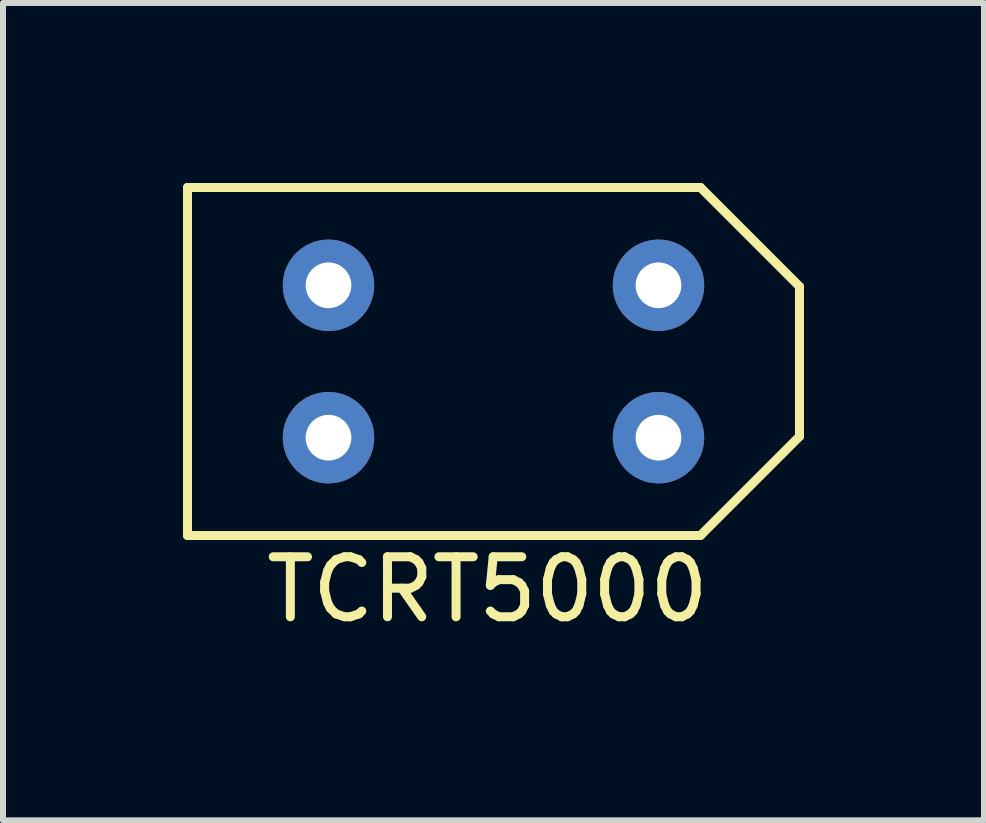
<source format=kicad_pcb>
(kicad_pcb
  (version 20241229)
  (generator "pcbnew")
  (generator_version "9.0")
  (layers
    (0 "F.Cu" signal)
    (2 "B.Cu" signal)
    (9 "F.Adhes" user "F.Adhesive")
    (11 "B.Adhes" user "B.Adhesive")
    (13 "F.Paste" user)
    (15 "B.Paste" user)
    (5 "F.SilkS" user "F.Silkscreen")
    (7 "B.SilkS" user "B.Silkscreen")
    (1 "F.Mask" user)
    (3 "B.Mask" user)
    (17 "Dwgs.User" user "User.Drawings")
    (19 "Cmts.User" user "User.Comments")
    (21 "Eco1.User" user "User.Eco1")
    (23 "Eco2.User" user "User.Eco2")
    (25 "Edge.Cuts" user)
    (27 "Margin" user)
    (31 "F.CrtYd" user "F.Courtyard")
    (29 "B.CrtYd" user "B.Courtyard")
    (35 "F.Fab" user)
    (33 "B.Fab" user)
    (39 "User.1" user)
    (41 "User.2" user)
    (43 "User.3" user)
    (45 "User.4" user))
  (footprint "TCRT5000"
    (layer "F.Cu")
    (at 5.175 2.975)
    (property "Reference" "TCRT5000" (at -0.1 3.8 0) (layer "F.SilkS") (effects (font (size 1 1) (thickness 0.15))))
    (attr through_hole)
    (fp_line (start -5.1 -2.9) (end 3.45 -2.9) (stroke (width 0.15) (type solid)) (layer "F.SilkS"))
    (fp_line (start -5.1 2.9) (end -5.1 -2.9) (stroke (width 0.15) (type solid)) (layer "F.SilkS"))
    (fp_line (start 3.45 2.9) (end -5.1 2.9) (stroke (width 0.15) (type solid)) (layer "F.SilkS"))
    (fp_line (start 3.45 2.9) (end 5.1 1.25) (stroke (width 0.15) (type solid)) (layer "F.SilkS"))
    (fp_line (start 5.1 -1.25) (end 3.45 -2.9) (stroke (width 0.15) (type solid)) (layer "F.SilkS"))
    (fp_line (start 5.1 -1.25) (end 5.1 1.25) (stroke (width 0.15) (type solid)) (layer "F.SilkS"))
    (pad "1" thru_hole circle (at 2.75 -1.27) (size 1.524 1.524) (drill 0.762) (layers "*.Cu" "*.Mask"))
    (pad "2" thru_hole circle (at 2.75 1.27) (size 1.524 1.524) (drill 0.762) (layers "*.Cu" "*.Mask"))
    (pad "3" thru_hole circle (at -2.75 -1.27) (size 1.524 1.524) (drill 0.762) (layers "*.Cu" "*.Mask"))
    (pad "4" thru_hole circle (at -2.75 1.27) (size 1.524 1.524) (drill 0.762) (layers "*.Cu" "*.Mask")))
  (gr_rect
    (start -3 -3)
    (end 13.35 10.623)
    (stroke (width 0.1) (type default))
    (fill no)
    (layer "Edge.Cuts")))
</source>
